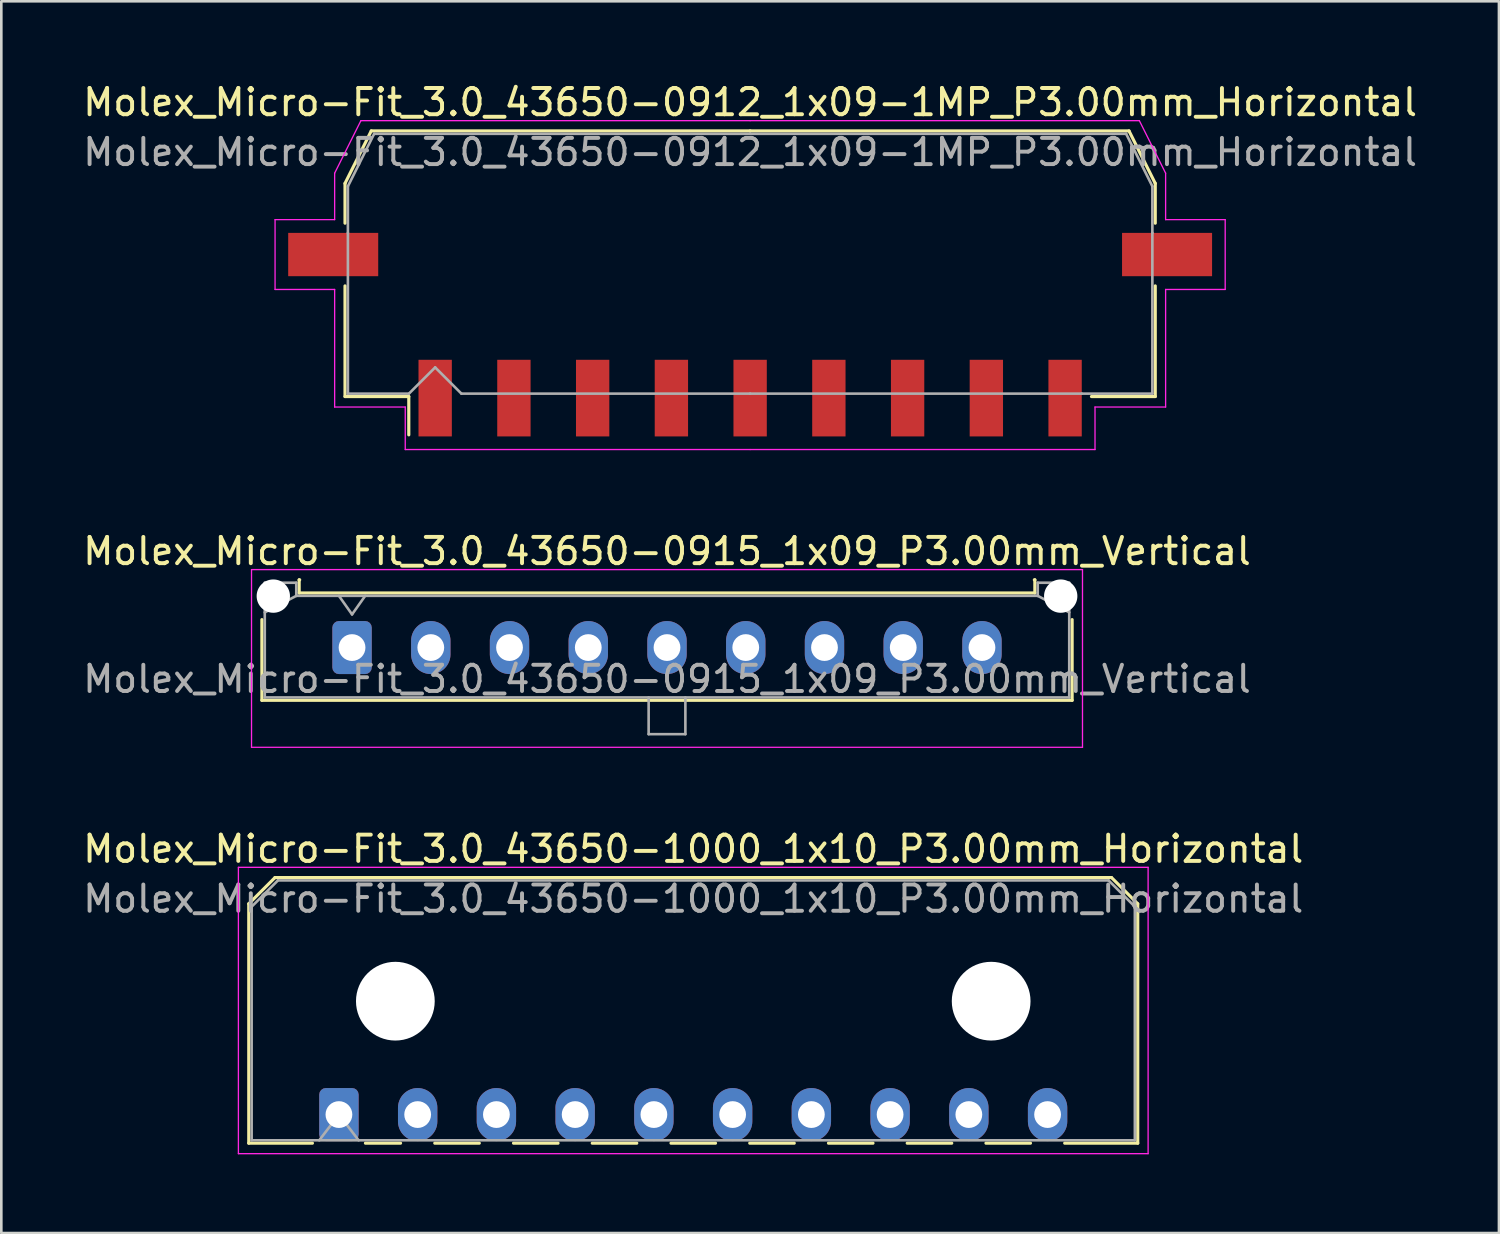
<source format=kicad_pcb>
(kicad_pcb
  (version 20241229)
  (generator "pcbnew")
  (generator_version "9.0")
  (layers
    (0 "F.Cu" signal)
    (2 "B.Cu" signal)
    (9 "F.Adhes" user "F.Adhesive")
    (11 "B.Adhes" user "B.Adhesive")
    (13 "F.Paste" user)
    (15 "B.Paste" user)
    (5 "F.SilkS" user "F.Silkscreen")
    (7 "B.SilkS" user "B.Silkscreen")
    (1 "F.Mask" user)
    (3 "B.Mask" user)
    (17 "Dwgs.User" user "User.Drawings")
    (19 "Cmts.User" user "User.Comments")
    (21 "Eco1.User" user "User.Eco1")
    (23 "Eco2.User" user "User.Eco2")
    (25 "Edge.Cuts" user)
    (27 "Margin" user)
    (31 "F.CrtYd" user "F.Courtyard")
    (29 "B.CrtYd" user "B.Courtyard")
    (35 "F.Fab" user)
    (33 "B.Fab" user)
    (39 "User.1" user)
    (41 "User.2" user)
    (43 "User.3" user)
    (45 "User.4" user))
  (footprint "Molex_Micro-Fit_3.0_43650-0915_1x09_P3.00mm_Vertical"
    (layer "F.Cu")
    (at 10.363 21.622)
    (property "Reference" "Molex_Micro-Fit_3.0_43650-0915_1x09_P3.00mm_Vertical" (at 12 -3.67 0) (layer "F.SilkS") (effects (font (size 1 1) (thickness 0.15))))
    (attr through_hole)
    (fp_line (start -3.435 -1.065) (end -3.435 2.01) (stroke (width 0.12) (type solid)) (layer "F.SilkS"))
    (fp_line (start -3.435 2.01) (end 27.435 2.01) (stroke (width 0.12) (type solid)) (layer "F.SilkS"))
    (fp_line (start -2.015 -2.58) (end -2.015 -2.08) (stroke (width 0.12) (type solid)) (layer "F.SilkS"))
    (fp_line (start -2.015 -2.08) (end 26.015 -2.08) (stroke (width 0.12) (type solid)) (layer "F.SilkS"))
    (fp_line (start -1.995 -2.58) (end -2.015 -2.58) (stroke (width 0.12) (type solid)) (layer "F.SilkS"))
    (fp_line (start 26.015 -2.58) (end 25.995 -2.58) (stroke (width 0.12) (type solid)) (layer "F.SilkS"))
    (fp_line (start 26.015 -2.08) (end 26.015 -2.58) (stroke (width 0.12) (type solid)) (layer "F.SilkS"))
    (fp_line (start 27.435 2.01) (end 27.435 -1.065) (stroke (width 0.12) (type solid)) (layer "F.SilkS"))
    (fp_line (start -3.83 -2.97) (end 27.83 -2.97) (stroke (width 0.05) (type solid)) (layer "F.CrtYd"))
    (fp_line (start -3.83 3.8) (end -3.83 -2.97) (stroke (width 0.05) (type solid)) (layer "F.CrtYd"))
    (fp_line (start 27.83 -2.97) (end 27.83 3.8) (stroke (width 0.05) (type solid)) (layer "F.CrtYd"))
    (fp_line (start 27.83 3.8) (end -3.83 3.8) (stroke (width 0.05) (type solid)) (layer "F.CrtYd"))
    (fp_line (start -3.325 -2.47) (end -3.325 1.9) (stroke (width 0.1) (type solid)) (layer "F.Fab"))
    (fp_line (start -3.325 -1.34) (end -2.125 -1.97) (stroke (width 0.1) (type solid)) (layer "F.Fab"))
    (fp_line (start -3.325 1.9) (end 27.325 1.9) (stroke (width 0.1) (type solid)) (layer "F.Fab"))
    (fp_line (start -2.125 -2.47) (end -3.325 -2.47) (stroke (width 0.1) (type solid)) (layer "F.Fab"))
    (fp_line (start -2.125 -1.97) (end -2.125 -2.47) (stroke (width 0.1) (type solid)) (layer "F.Fab"))
    (fp_line (start -0.5 -1.97) (end 0 -1.263) (stroke (width 0.1) (type solid)) (layer "F.Fab"))
    (fp_line (start 0 -1.263) (end 0.5 -1.97) (stroke (width 0.1) (type solid)) (layer "F.Fab"))
    (fp_line (start 11.3 1.9) (end 11.3 3.3) (stroke (width 0.1) (type solid)) (layer "F.Fab"))
    (fp_line (start 11.3 3.3) (end 12.7 3.3) (stroke (width 0.1) (type solid)) (layer "F.Fab"))
    (fp_line (start 12.7 3.3) (end 12.7 1.9) (stroke (width 0.1) (type solid)) (layer "F.Fab"))
    (fp_line (start 26.125 -2.47) (end 26.125 -1.97) (stroke (width 0.1) (type solid)) (layer "F.Fab"))
    (fp_line (start 26.125 -1.97) (end -2.125 -1.97) (stroke (width 0.1) (type solid)) (layer "F.Fab"))
    (fp_line (start 27.325 -2.47) (end 26.125 -2.47) (stroke (width 0.1) (type solid)) (layer "F.Fab"))
    (fp_line (start 27.325 -1.34) (end 26.125 -1.97) (stroke (width 0.1) (type solid)) (layer "F.Fab"))
    (fp_line (start 27.325 1.9) (end 27.325 -2.47) (stroke (width 0.1) (type solid)) (layer "F.Fab"))
    (fp_text user "${REFERENCE}" (at 12 1.2 0) (layer "F.Fab") (effects (font (size 1 1) (thickness 0.15))))
    (pad "" np_thru_hole circle (at -3 -1.96) (size 1.27 1.27) (drill 1.27) (layers "*.Cu" "*.Mask"))
    (pad "" np_thru_hole circle (at 27 -1.96) (size 1.27 1.27) (drill 1.27) (layers "*.Cu" "*.Mask"))
    (pad "1" thru_hole roundrect (at 0 0) (size 1.5 2.02) (drill 1.02) (layers "*.Cu" "*.Mask") (roundrect_rratio 0.167))
    (pad "2" thru_hole oval (at 3 0) (size 1.5 2.02) (drill 1.02) (layers "*.Cu" "*.Mask"))
    (pad "3" thru_hole oval (at 6 0) (size 1.5 2.02) (drill 1.02) (layers "*.Cu" "*.Mask"))
    (pad "4" thru_hole oval (at 9 0) (size 1.5 2.02) (drill 1.02) (layers "*.Cu" "*.Mask"))
    (pad "5" thru_hole oval (at 12 0) (size 1.5 2.02) (drill 1.02) (layers "*.Cu" "*.Mask"))
    (pad "6" thru_hole oval (at 15 0) (size 1.5 2.02) (drill 1.02) (layers "*.Cu" "*.Mask"))
    (pad "7" thru_hole oval (at 18 0) (size 1.5 2.02) (drill 1.02) (layers "*.Cu" "*.Mask"))
    (pad "8" thru_hole oval (at 21 0) (size 1.5 2.02) (drill 1.02) (layers "*.Cu" "*.Mask"))
    (pad "9" thru_hole oval (at 24 0) (size 1.5 2.02) (drill 1.02) (layers "*.Cu" "*.Mask")))
  (footprint "Molex_Micro-Fit_3.0_43650-1000_1x10_P3.00mm_Horizontal"
    (layer "F.Cu")
    (at 9.863 39.415)
    (property "Reference" "Molex_Micro-Fit_3.0_43650-1000_1x10_P3.00mm_Horizontal" (at 13.5 -10.12 0) (layer "F.SilkS") (effects (font (size 1 1) (thickness 0.15))))
    (attr through_hole)
    (fp_line (start -3.435 -8.03) (end -2.435 -9.03) (stroke (width 0.12) (type solid)) (layer "F.SilkS"))
    (fp_line (start -3.435 1.09) (end -3.435 -8.03) (stroke (width 0.12) (type solid)) (layer "F.SilkS"))
    (fp_line (start -3.435 1.09) (end -1.01 1.09) (stroke (width 0.12) (type solid)) (layer "F.SilkS"))
    (fp_line (start -2.435 -9.03) (end 29.435 -9.03) (stroke (width 0.12) (type solid)) (layer "F.SilkS"))
    (fp_line (start 1.01 1.09) (end 2.348 1.09) (stroke (width 0.12) (type solid)) (layer "F.SilkS"))
    (fp_line (start 3.652 1.09) (end 5.348 1.09) (stroke (width 0.12) (type solid)) (layer "F.SilkS"))
    (fp_line (start 6.652 1.09) (end 8.348 1.09) (stroke (width 0.12) (type solid)) (layer "F.SilkS"))
    (fp_line (start 9.652 1.09) (end 11.348 1.09) (stroke (width 0.12) (type solid)) (layer "F.SilkS"))
    (fp_line (start 12.652 1.09) (end 14.348 1.09) (stroke (width 0.12) (type solid)) (layer "F.SilkS"))
    (fp_line (start 15.652 1.09) (end 17.348 1.09) (stroke (width 0.12) (type solid)) (layer "F.SilkS"))
    (fp_line (start 18.652 1.09) (end 20.348 1.09) (stroke (width 0.12) (type solid)) (layer "F.SilkS"))
    (fp_line (start 21.652 1.09) (end 23.348 1.09) (stroke (width 0.12) (type solid)) (layer "F.SilkS"))
    (fp_line (start 24.652 1.09) (end 26.348 1.09) (stroke (width 0.12) (type solid)) (layer "F.SilkS"))
    (fp_line (start 29.435 -9.03) (end 30.435 -8.03) (stroke (width 0.12) (type solid)) (layer "F.SilkS"))
    (fp_line (start 30.435 -8.03) (end 30.435 1.09) (stroke (width 0.12) (type solid)) (layer "F.SilkS"))
    (fp_line (start 30.435 1.09) (end 27.652 1.09) (stroke (width 0.12) (type solid)) (layer "F.SilkS"))
    (fp_line (start -3.83 -9.42) (end 30.83 -9.42) (stroke (width 0.05) (type solid)) (layer "F.CrtYd"))
    (fp_line (start -3.83 1.49) (end -3.83 -9.42) (stroke (width 0.05) (type solid)) (layer "F.CrtYd"))
    (fp_line (start 30.83 -9.42) (end 30.83 1.49) (stroke (width 0.05) (type solid)) (layer "F.CrtYd"))
    (fp_line (start 30.83 1.49) (end -3.83 1.49) (stroke (width 0.05) (type solid)) (layer "F.CrtYd"))
    (fp_line (start -3.325 -7.92) (end -2.325 -8.92) (stroke (width 0.1) (type solid)) (layer "F.Fab"))
    (fp_line (start -3.325 0.98) (end -3.325 -7.92) (stroke (width 0.1) (type solid)) (layer "F.Fab"))
    (fp_line (start -2.325 -8.92) (end 29.325 -8.92) (stroke (width 0.1) (type solid)) (layer "F.Fab"))
    (fp_line (start -0.75 0.98) (end 0 0) (stroke (width 0.1) (type solid)) (layer "F.Fab"))
    (fp_line (start 0 0) (end 0.75 0.98) (stroke (width 0.1) (type solid)) (layer "F.Fab"))
    (fp_line (start 29.325 -8.92) (end 30.325 -7.92) (stroke (width 0.1) (type solid)) (layer "F.Fab"))
    (fp_line (start 30.325 -7.92) (end 30.325 0.98) (stroke (width 0.1) (type solid)) (layer "F.Fab"))
    (fp_line (start 30.325 0.98) (end -3.325 0.98) (stroke (width 0.1) (type solid)) (layer "F.Fab"))
    (fp_text user "${REFERENCE}" (at 13.5 -8.22 0) (layer "F.Fab") (effects (font (size 1 1) (thickness 0.15))))
    (pad "" np_thru_hole circle (at 2.15 -4.32) (size 3 3) (drill 3) (layers "*.Cu" "*.Mask"))
    (pad "" np_thru_hole circle (at 24.85 -4.32) (size 3 3) (drill 3) (layers "*.Cu" "*.Mask"))
    (pad "1" thru_hole roundrect (at 0 0) (size 1.5 2.02) (drill 1.02) (layers "*.Cu" "*.Mask") (roundrect_rratio 0.167))
    (pad "2" thru_hole oval (at 3 0) (size 1.5 2.02) (drill 1.02) (layers "*.Cu" "*.Mask"))
    (pad "3" thru_hole oval (at 6 0) (size 1.5 2.02) (drill 1.02) (layers "*.Cu" "*.Mask"))
    (pad "4" thru_hole oval (at 9 0) (size 1.5 2.02) (drill 1.02) (layers "*.Cu" "*.Mask"))
    (pad "5" thru_hole oval (at 12 0) (size 1.5 2.02) (drill 1.02) (layers "*.Cu" "*.Mask"))
    (pad "6" thru_hole oval (at 15 0) (size 1.5 2.02) (drill 1.02) (layers "*.Cu" "*.Mask"))
    (pad "7" thru_hole oval (at 18 0) (size 1.5 2.02) (drill 1.02) (layers "*.Cu" "*.Mask"))
    (pad "8" thru_hole oval (at 21 0) (size 1.5 2.02) (drill 1.02) (layers "*.Cu" "*.Mask"))
    (pad "9" thru_hole oval (at 24 0) (size 1.5 2.02) (drill 1.02) (layers "*.Cu" "*.Mask"))
    (pad "10" thru_hole oval (at 27 0) (size 1.5 2.02) (drill 1.02) (layers "*.Cu" "*.Mask")))
  (footprint "Molex_Micro-Fit_3.0_43650-0912_1x09-1MP_P3.00mm_Horizontal"
    (layer "F.Cu")
    (at 25.53 6.998)
    (property "Reference" "Molex_Micro-Fit_3.0_43650-0912_1x09-1MP_P3.00mm_Horizontal" (at 0 -6.15 0) (layer "F.SilkS") (effects (font (size 1 1) (thickness 0.15))))
    (attr smd)
    (fp_line (start -15.435 -3.06) (end -15.435 -1.545) (stroke (width 0.12) (type solid)) (layer "F.SilkS"))
    (fp_line (start -15.435 0.845) (end -15.435 5.06) (stroke (width 0.12) (type solid)) (layer "F.SilkS"))
    (fp_line (start -15.435 5.06) (end -13.005 5.06) (stroke (width 0.12) (type solid)) (layer "F.SilkS"))
    (fp_line (start -14.435 -5.06) (end -15.435 -3.06) (stroke (width 0.12) (type solid)) (layer "F.SilkS"))
    (fp_line (start -13.005 5.06) (end -13.005 6.52) (stroke (width 0.12) (type solid)) (layer "F.SilkS"))
    (fp_line (start 0 -5.06) (end -14.435 -5.06) (stroke (width 0.12) (type solid)) (layer "F.SilkS"))
    (fp_line (start 0 -5.06) (end 14.435 -5.06) (stroke (width 0.12) (type solid)) (layer "F.SilkS"))
    (fp_line (start 14.435 -5.06) (end 15.435 -3.06) (stroke (width 0.12) (type solid)) (layer "F.SilkS"))
    (fp_line (start 15.435 -3.06) (end 15.435 -1.545) (stroke (width 0.12) (type solid)) (layer "F.SilkS"))
    (fp_line (start 15.435 0.845) (end 15.435 5.06) (stroke (width 0.12) (type solid)) (layer "F.SilkS"))
    (fp_line (start 15.435 5.06) (end 13.005 5.06) (stroke (width 0.12) (type solid)) (layer "F.SilkS"))
    (fp_line (start -18.1 -1.68) (end -18.1 0.98) (stroke (width 0.05) (type solid)) (layer "F.CrtYd"))
    (fp_line (start -18.1 0.98) (end -15.83 0.98) (stroke (width 0.05) (type solid)) (layer "F.CrtYd"))
    (fp_line (start -15.83 -3.45) (end -15.83 -1.68) (stroke (width 0.05) (type solid)) (layer "F.CrtYd"))
    (fp_line (start -15.83 -1.68) (end -18.1 -1.68) (stroke (width 0.05) (type solid)) (layer "F.CrtYd"))
    (fp_line (start -15.83 0.98) (end -15.83 5.46) (stroke (width 0.05) (type solid)) (layer "F.CrtYd"))
    (fp_line (start -15.83 5.46) (end -13.14 5.46) (stroke (width 0.05) (type solid)) (layer "F.CrtYd"))
    (fp_line (start -14.83 -5.45) (end -15.83 -3.45) (stroke (width 0.05) (type solid)) (layer "F.CrtYd"))
    (fp_line (start -13.14 5.46) (end -13.14 7.08) (stroke (width 0.05) (type solid)) (layer "F.CrtYd"))
    (fp_line (start -13.14 7.08) (end 0 7.08) (stroke (width 0.05) (type solid)) (layer "F.CrtYd"))
    (fp_line (start 0 -5.45) (end -14.83 -5.45) (stroke (width 0.05) (type solid)) (layer "F.CrtYd"))
    (fp_line (start 0 -5.45) (end 14.83 -5.45) (stroke (width 0.05) (type solid)) (layer "F.CrtYd"))
    (fp_line (start 13.14 5.46) (end 13.14 7.08) (stroke (width 0.05) (type solid)) (layer "F.CrtYd"))
    (fp_line (start 13.14 7.08) (end 0 7.08) (stroke (width 0.05) (type solid)) (layer "F.CrtYd"))
    (fp_line (start 14.83 -5.45) (end 15.83 -3.45) (stroke (width 0.05) (type solid)) (layer "F.CrtYd"))
    (fp_line (start 15.83 -3.45) (end 15.83 -1.68) (stroke (width 0.05) (type solid)) (layer "F.CrtYd"))
    (fp_line (start 15.83 -1.68) (end 18.1 -1.68) (stroke (width 0.05) (type solid)) (layer "F.CrtYd"))
    (fp_line (start 15.83 0.98) (end 15.83 5.46) (stroke (width 0.05) (type solid)) (layer "F.CrtYd"))
    (fp_line (start 15.83 5.46) (end 13.14 5.46) (stroke (width 0.05) (type solid)) (layer "F.CrtYd"))
    (fp_line (start 18.1 -1.68) (end 18.1 0.98) (stroke (width 0.05) (type solid)) (layer "F.CrtYd"))
    (fp_line (start 18.1 0.98) (end 15.83 0.98) (stroke (width 0.05) (type solid)) (layer "F.CrtYd"))
    (fp_line (start -15.325 -2.95) (end -15.325 -1.175) (stroke (width 0.1) (type solid)) (layer "F.Fab"))
    (fp_line (start -15.325 -1.175) (end -15.325 4.95) (stroke (width 0.1) (type solid)) (layer "F.Fab"))
    (fp_line (start -15.325 4.95) (end -13 4.95) (stroke (width 0.1) (type solid)) (layer "F.Fab"))
    (fp_line (start -14.325 -4.95) (end -15.325 -2.95) (stroke (width 0.1) (type solid)) (layer "F.Fab"))
    (fp_line (start -13 4.95) (end -12 3.95) (stroke (width 0.1) (type solid)) (layer "F.Fab"))
    (fp_line (start -12 3.95) (end -11 4.95) (stroke (width 0.1) (type solid)) (layer "F.Fab"))
    (fp_line (start -11 4.95) (end 0 4.95) (stroke (width 0.1) (type solid)) (layer "F.Fab"))
    (fp_line (start 0 -4.95) (end -14.325 -4.95) (stroke (width 0.1) (type solid)) (layer "F.Fab"))
    (fp_line (start 0 -4.95) (end 14.325 -4.95) (stroke (width 0.1) (type solid)) (layer "F.Fab"))
    (fp_line (start 12.635 4.95) (end 0 4.95) (stroke (width 0.1) (type solid)) (layer "F.Fab"))
    (fp_line (start 14.325 -4.95) (end 15.325 -2.95) (stroke (width 0.1) (type solid)) (layer "F.Fab"))
    (fp_line (start 15.325 -2.95) (end 15.325 -1.175) (stroke (width 0.1) (type solid)) (layer "F.Fab"))
    (fp_line (start 15.325 -1.175) (end 15.325 4.95) (stroke (width 0.1) (type solid)) (layer "F.Fab"))
    (fp_line (start 15.325 4.95) (end 12.635 4.95) (stroke (width 0.1) (type solid)) (layer "F.Fab"))
    (fp_text user "${REFERENCE}" (at 0 -4.25 0) (layer "F.Fab") (effects (font (size 1 1) (thickness 0.15))))
    (pad "1" smd rect (at -12 5.12) (size 1.27 2.92) (layers "F.Cu" "F.Mask" "F.Paste"))
    (pad "2" smd rect (at -9 5.12) (size 1.27 2.92) (layers "F.Cu" "F.Mask" "F.Paste"))
    (pad "3" smd rect (at -6 5.12) (size 1.27 2.92) (layers "F.Cu" "F.Mask" "F.Paste"))
    (pad "4" smd rect (at -3 5.12) (size 1.27 2.92) (layers "F.Cu" "F.Mask" "F.Paste"))
    (pad "5" smd rect (at 0 5.12) (size 1.27 2.92) (layers "F.Cu" "F.Mask" "F.Paste"))
    (pad "6" smd rect (at 3 5.12) (size 1.27 2.92) (layers "F.Cu" "F.Mask" "F.Paste"))
    (pad "7" smd rect (at 6 5.12) (size 1.27 2.92) (layers "F.Cu" "F.Mask" "F.Paste"))
    (pad "8" smd rect (at 9 5.12) (size 1.27 2.92) (layers "F.Cu" "F.Mask" "F.Paste"))
    (pad "9" smd rect (at 12 5.12) (size 1.27 2.92) (layers "F.Cu" "F.Mask" "F.Paste"))
    (pad "MP" smd rect (at -15.885 -0.35) (size 3.43 1.65) (layers "F.Cu" "F.Mask" "F.Paste"))
    (pad "MP" smd rect (at 15.885 -0.35) (size 3.43 1.65) (layers "F.Cu" "F.Mask" "F.Paste")))
  (gr_rect
    (start -3 -3)
    (end 54.06 43.93)
    (stroke (width 0.1) (type default))
    (fill no)
    (layer "Edge.Cuts")))
</source>
